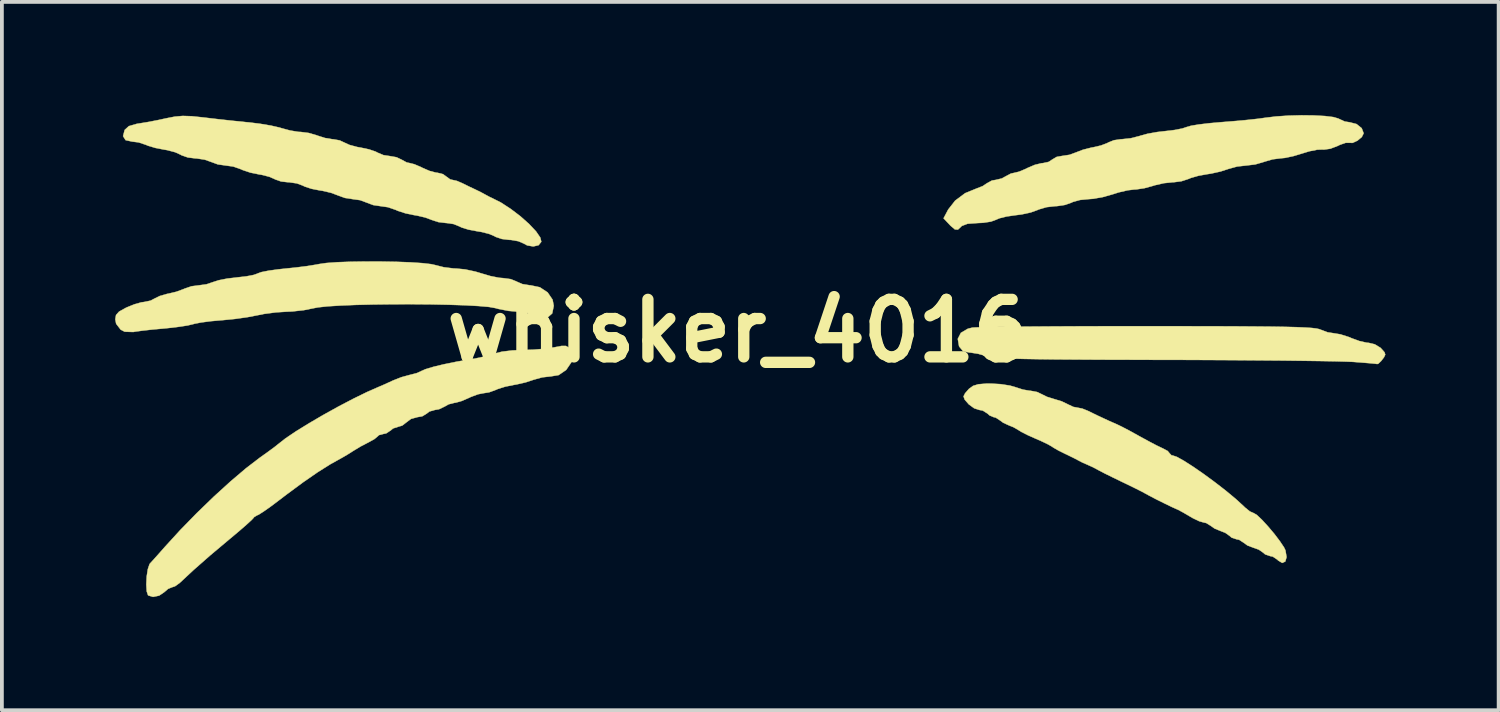
<source format=kicad_pcb>
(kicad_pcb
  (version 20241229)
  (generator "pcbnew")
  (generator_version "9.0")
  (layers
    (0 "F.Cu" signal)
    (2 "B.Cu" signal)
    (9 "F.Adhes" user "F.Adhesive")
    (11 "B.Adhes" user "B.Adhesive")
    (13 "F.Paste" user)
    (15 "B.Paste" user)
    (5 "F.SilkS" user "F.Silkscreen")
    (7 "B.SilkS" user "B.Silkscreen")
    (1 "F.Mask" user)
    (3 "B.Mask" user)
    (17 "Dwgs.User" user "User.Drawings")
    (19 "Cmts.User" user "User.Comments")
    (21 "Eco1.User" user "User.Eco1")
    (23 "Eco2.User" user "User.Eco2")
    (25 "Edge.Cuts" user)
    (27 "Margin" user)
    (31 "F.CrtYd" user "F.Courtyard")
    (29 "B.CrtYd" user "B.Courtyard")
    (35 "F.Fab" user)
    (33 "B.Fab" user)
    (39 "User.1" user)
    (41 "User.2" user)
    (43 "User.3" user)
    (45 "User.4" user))
  (footprint "whisker_4016"
    (layer "F.Cu")
    (at 16.515 5.718)
    (property "Reference" "whisker_4016" (at 0 0 0) (layer "F.SilkS") (effects (font (size 1.524 1.524) (thickness 0.3))))
    (attr through_hole)
    (fp_poly (pts (xy 11.734 -0.123) (xy 12.492 -0.122) (xy 13.139 -0.12) (xy 13.686 -0.116) (xy 14.139 -0.112) (xy 14.508 -0.106) (xy 14.802 -0.098) (xy 15.029 -0.088) (xy 15.197 -0.077) (xy 15.315 -0.063) (xy 15.391 -0.047) (xy 15.431 -0.032) (xy 15.617 0.038) (xy 15.78 0.063) (xy 15.956 0.092) (xy 16.171 0.16) (xy 16.247 0.192) (xy 16.456 0.269) (xy 16.651 0.313) (xy 16.707 0.318) (xy 16.867 0.356) (xy 17.022 0.45) (xy 17.126 0.567) (xy 17.145 0.63) (xy 17.111 0.702) (xy 17.037 0.798) (xy 16.963 0.869) (xy 16.934 0.879) (xy 16.87 0.87) (xy 16.707 0.855) (xy 16.472 0.836) (xy 16.288 0.822) (xy 16.116 0.815) (xy 15.83 0.807) (xy 15.442 0.8) (xy 14.963 0.793) (xy 14.406 0.786) (xy 13.783 0.781) (xy 13.107 0.776) (xy 12.389 0.772) (xy 11.643 0.769) (xy 11.239 0.769) (xy 10.358 0.766) (xy 9.595 0.764) (xy 8.941 0.76) (xy 8.389 0.756) (xy 7.928 0.75) (xy 7.551 0.743) (xy 7.249 0.735) (xy 7.013 0.724) (xy 6.834 0.712) (xy 6.704 0.698) (xy 6.614 0.681) (xy 6.572 0.669) (xy 6.358 0.608) (xy 6.155 0.576) (xy 6.122 0.574) (xy 5.957 0.539) (xy 5.857 0.419) (xy 5.85 0.405) (xy 5.817 0.212) (xy 5.899 0.052) (xy 6.083 -0.056) (xy 6.203 -0.086) (xy 6.306 -0.092) (xy 6.525 -0.099) (xy 6.85 -0.104) (xy 7.268 -0.11) (xy 7.77 -0.114) (xy 8.344 -0.118) (xy 8.979 -0.121) (xy 9.664 -0.123) (xy 10.389 -0.124) (xy 10.858 -0.124) (xy 11.734 -0.123)) (stroke (width 0.01) (type solid)) (fill yes) (layer "F.SilkS"))
    (fp_poly (pts (xy -9.467 -1.837) (xy -9.061 -1.83) (xy -8.687 -1.816) (xy -8.372 -1.795) (xy -8.139 -1.768) (xy -8.033 -1.744) (xy -7.803 -1.686) (xy -7.543 -1.654) (xy -7.476 -1.652) (xy -7.239 -1.629) (xy -6.964 -1.57) (xy -6.811 -1.524) (xy -6.571 -1.453) (xy -6.339 -1.407) (xy -6.221 -1.397) (xy -6.031 -1.371) (xy -5.877 -1.309) (xy -5.87 -1.304) (xy -5.723 -1.24) (xy -5.531 -1.209) (xy -5.513 -1.209) (xy -5.26 -1.156) (xy -5.053 -1.02) (xy -4.921 -0.826) (xy -4.89 -0.663) (xy -4.931 -0.462) (xy -5.049 -0.359) (xy -5.234 -0.36) (xy -5.364 -0.408) (xy -5.569 -0.473) (xy -5.806 -0.507) (xy -5.852 -0.509) (xy -6.087 -0.529) (xy -6.35 -0.58) (xy -6.439 -0.604) (xy -6.606 -0.634) (xy -6.88 -0.658) (xy -7.242 -0.678) (xy -7.67 -0.692) (xy -8.146 -0.702) (xy -8.649 -0.706) (xy -9.16 -0.705) (xy -9.659 -0.699) (xy -10.126 -0.688) (xy -10.54 -0.671) (xy -10.883 -0.65) (xy -11.134 -0.623) (xy -11.239 -0.603) (xy -11.514 -0.548) (xy -11.822 -0.514) (xy -11.97 -0.508) (xy -12.254 -0.49) (xy -12.571 -0.448) (xy -12.75 -0.412) (xy -13.012 -0.362) (xy -13.337 -0.316) (xy -13.66 -0.284) (xy -13.702 -0.281) (xy -13.98 -0.256) (xy -14.232 -0.223) (xy -14.412 -0.188) (xy -14.446 -0.178) (xy -14.594 -0.143) (xy -14.828 -0.107) (xy -15.108 -0.074) (xy -15.24 -0.061) (xy -15.528 -0.035) (xy -15.787 -0.006) (xy -15.979 0.02) (xy -16.034 0.03) (xy -16.26 0.023) (xy -16.367 -0.032) (xy -16.487 -0.188) (xy -16.51 -0.306) (xy -16.49 -0.42) (xy -16.41 -0.51) (xy -16.242 -0.604) (xy -16.208 -0.621) (xy -16.003 -0.704) (xy -15.818 -0.756) (xy -15.748 -0.765) (xy -15.574 -0.801) (xy -15.472 -0.855) (xy -15.334 -0.923) (xy -15.141 -0.979) (xy -15.102 -0.986) (xy -14.889 -1.037) (xy -14.7 -1.107) (xy -14.679 -1.117) (xy -14.489 -1.182) (xy -14.3 -1.206) (xy -14.093 -1.234) (xy -13.919 -1.293) (xy -13.77 -1.341) (xy -13.543 -1.386) (xy -13.286 -1.416) (xy -13.282 -1.417) (xy -13.042 -1.444) (xy -12.848 -1.481) (xy -12.738 -1.519) (xy -12.734 -1.523) (xy -12.638 -1.557) (xy -12.447 -1.595) (xy -12.194 -1.63) (xy -12.025 -1.648) (xy -11.717 -1.68) (xy -11.423 -1.717) (xy -11.189 -1.755) (xy -11.113 -1.77) (xy -10.919 -1.798) (xy -10.632 -1.819) (xy -10.278 -1.832) (xy -9.881 -1.838) (xy -9.467 -1.837)) (stroke (width 0.01) (type solid)) (fill yes) (layer "F.SilkS"))
    (fp_poly (pts (xy 6.952 1.412) (xy 7.198 1.45) (xy 7.344 1.492) (xy 7.542 1.556) (xy 7.723 1.587) (xy 7.741 1.587) (xy 7.92 1.621) (xy 8.034 1.675) (xy 8.184 1.749) (xy 8.374 1.808) (xy 8.382 1.81) (xy 8.572 1.868) (xy 8.725 1.942) (xy 8.73 1.945) (xy 8.879 2.015) (xy 8.974 2.032) (xy 9.117 2.06) (xy 9.261 2.118) (xy 9.531 2.249) (xy 9.83 2.388) (xy 10.033 2.477) (xy 10.164 2.54) (xy 10.365 2.645) (xy 10.597 2.773) (xy 10.636 2.795) (xy 10.872 2.924) (xy 11.087 3.037) (xy 11.24 3.11) (xy 11.255 3.117) (xy 11.38 3.184) (xy 11.43 3.245) (xy 11.48 3.298) (xy 11.511 3.302) (xy 11.624 3.34) (xy 11.814 3.446) (xy 12.059 3.603) (xy 12.339 3.797) (xy 12.633 4.013) (xy 12.921 4.236) (xy 13.181 4.452) (xy 13.392 4.645) (xy 13.431 4.683) (xy 13.557 4.785) (xy 13.66 4.83) (xy 13.743 4.879) (xy 13.876 5.005) (xy 14.038 5.181) (xy 14.205 5.379) (xy 14.353 5.574) (xy 14.462 5.737) (xy 14.5 5.816) (xy 14.53 5.995) (xy 14.496 6.113) (xy 14.415 6.15) (xy 14.306 6.085) (xy 14.287 6.064) (xy 14.166 5.983) (xy 14.097 5.969) (xy 13.962 5.923) (xy 13.91 5.878) (xy 13.794 5.797) (xy 13.652 5.747) (xy 13.493 5.687) (xy 13.395 5.616) (xy 13.274 5.537) (xy 13.208 5.524) (xy 13.073 5.479) (xy 13.023 5.435) (xy 12.906 5.352) (xy 12.785 5.305) (xy 12.623 5.239) (xy 12.529 5.172) (xy 12.402 5.093) (xy 12.33 5.077) (xy 12.214 5.044) (xy 12.045 4.963) (xy 11.97 4.919) (xy 11.796 4.817) (xy 11.657 4.742) (xy 11.62 4.726) (xy 11.491 4.668) (xy 11.297 4.574) (xy 11.085 4.469) (xy 10.901 4.373) (xy 10.795 4.315) (xy 10.698 4.262) (xy 10.517 4.171) (xy 10.284 4.057) (xy 10.16 3.998) (xy 9.913 3.878) (xy 9.702 3.774) (xy 9.56 3.7) (xy 9.525 3.68) (xy 9.392 3.61) (xy 9.271 3.556) (xy 9.113 3.486) (xy 9.017 3.436) (xy 8.901 3.375) (xy 8.728 3.29) (xy 8.668 3.262) (xy 8.487 3.172) (xy 8.346 3.091) (xy 8.319 3.071) (xy 8.21 3.008) (xy 8.028 2.921) (xy 7.874 2.854) (xy 7.668 2.762) (xy 7.501 2.677) (xy 7.429 2.632) (xy 7.293 2.553) (xy 7.178 2.507) (xy 7.022 2.436) (xy 6.936 2.373) (xy 6.822 2.299) (xy 6.766 2.286) (xy 6.659 2.241) (xy 6.604 2.191) (xy 6.479 2.113) (xy 6.385 2.095) (xy 6.252 2.052) (xy 6.108 1.947) (xy 6 1.822) (xy 5.969 1.737) (xy 6.011 1.653) (xy 6.113 1.537) (xy 6.116 1.535) (xy 6.223 1.457) (xy 6.361 1.415) (xy 6.568 1.398) (xy 6.69 1.397) (xy 6.952 1.412)) (stroke (width 0.01) (type solid)) (fill yes) (layer "F.SilkS"))
    (fp_poly (pts (xy -4.567 0.4) (xy -4.489 0.444) (xy -4.434 0.506) (xy -4.359 0.636) (xy -4.378 0.758) (xy -4.39 0.784) (xy -4.561 1.035) (xy -4.761 1.172) (xy -4.966 1.206) (xy -5.197 1.232) (xy -5.42 1.294) (xy -5.429 1.297) (xy -5.632 1.364) (xy -5.875 1.42) (xy -5.951 1.433) (xy -6.174 1.478) (xy -6.372 1.54) (xy -6.426 1.564) (xy -6.604 1.629) (xy -6.746 1.651) (xy -6.896 1.68) (xy -7.087 1.751) (xy -7.144 1.778) (xy -7.329 1.858) (xy -7.487 1.903) (xy -7.522 1.907) (xy -7.676 1.946) (xy -7.775 2.002) (xy -7.931 2.077) (xy -8.037 2.095) (xy -8.186 2.137) (xy -8.255 2.191) (xy -8.375 2.264) (xy -8.503 2.286) (xy -8.673 2.333) (xy -8.78 2.413) (xy -8.906 2.51) (xy -9.009 2.54) (xy -9.149 2.586) (xy -9.207 2.635) (xy -9.331 2.717) (xy -9.402 2.731) (xy -9.521 2.762) (xy -9.557 2.795) (xy -9.638 2.864) (xy -9.782 2.945) (xy -9.799 2.954) (xy -10.003 3.06) (xy -10.192 3.174) (xy -10.36 3.28) (xy -10.504 3.364) (xy -10.509 3.366) (xy -10.819 3.539) (xy -11.153 3.75) (xy -11.533 4.013) (xy -11.978 4.342) (xy -12.172 4.49) (xy -12.394 4.657) (xy -12.582 4.789) (xy -12.711 4.871) (xy -12.754 4.889) (xy -12.833 4.937) (xy -12.838 4.947) (xy -12.892 5.007) (xy -13.026 5.13) (xy -13.22 5.299) (xy -13.453 5.495) (xy -13.481 5.518) (xy -13.994 5.949) (xy -14.433 6.335) (xy -14.807 6.683) (xy -14.928 6.769) (xy -15.008 6.795) (xy -15.112 6.838) (xy -15.208 6.921) (xy -15.347 7.016) (xy -15.509 7.05) (xy -15.635 7.012) (xy -15.642 7.006) (xy -15.677 6.903) (xy -15.688 6.723) (xy -15.678 6.512) (xy -15.648 6.317) (xy -15.603 6.183) (xy -15.59 6.165) (xy -15.501 6.068) (xy -15.359 5.909) (xy -15.195 5.723) (xy -15.193 5.721) (xy -14.789 5.279) (xy -14.35 4.829) (xy -13.897 4.391) (xy -13.454 3.988) (xy -13.043 3.639) (xy -12.687 3.366) (xy -12.658 3.345) (xy -12.457 3.202) (xy -12.289 3.078) (xy -12.19 2.999) (xy -12.187 2.997) (xy -12.003 2.852) (xy -11.728 2.666) (xy -11.386 2.455) (xy -11.002 2.23) (xy -10.6 2.007) (xy -10.203 1.799) (xy -9.837 1.62) (xy -9.557 1.497) (xy -9.364 1.414) (xy -9.156 1.318) (xy -9.144 1.313) (xy -8.928 1.228) (xy -8.709 1.168) (xy -8.7 1.166) (xy -8.528 1.122) (xy -8.407 1.07) (xy -8.401 1.065) (xy -8.288 1.015) (xy -8.077 0.952) (xy -7.795 0.884) (xy -7.47 0.818) (xy -7.128 0.759) (xy -7.112 0.757) (xy -6.851 0.708) (xy -6.603 0.647) (xy -6.46 0.601) (xy -6.261 0.551) (xy -5.986 0.518) (xy -5.717 0.508) (xy -5.42 0.498) (xy -5.121 0.473) (xy -4.885 0.438) (xy -4.881 0.437) (xy -4.683 0.399) (xy -4.567 0.4)) (stroke (width 0.01) (type solid)) (fill yes) (layer "F.SilkS"))
    (fp_poly (pts (xy 15.254 -5.709) (xy 15.548 -5.693) (xy 15.773 -5.665) (xy 15.904 -5.626) (xy 15.91 -5.622) (xy 16.071 -5.548) (xy 16.204 -5.527) (xy 16.384 -5.481) (xy 16.521 -5.371) (xy 16.573 -5.236) (xy 16.524 -5.137) (xy 16.409 -5.041) (xy 16.279 -4.981) (xy 16.193 -4.984) (xy 16.099 -4.984) (xy 15.945 -4.931) (xy 15.884 -4.901) (xy 15.69 -4.827) (xy 15.517 -4.803) (xy 15.486 -4.806) (xy 15.343 -4.801) (xy 15.133 -4.759) (xy 14.953 -4.704) (xy 14.715 -4.632) (xy 14.49 -4.584) (xy 14.367 -4.572) (xy 14.161 -4.546) (xy 13.944 -4.483) (xy 13.928 -4.477) (xy 13.702 -4.411) (xy 13.463 -4.382) (xy 13.452 -4.381) (xy 13.219 -4.355) (xy 12.991 -4.292) (xy 12.98 -4.288) (xy 12.779 -4.223) (xy 12.531 -4.168) (xy 12.426 -4.152) (xy 12.198 -4.111) (xy 11.995 -4.053) (xy 11.925 -4.024) (xy 11.744 -3.965) (xy 11.529 -3.937) (xy 11.505 -3.937) (xy 11.279 -3.914) (xy 11.035 -3.858) (xy 10.986 -3.842) (xy 10.763 -3.781) (xy 10.545 -3.748) (xy 10.5 -3.747) (xy 10.318 -3.725) (xy 10.082 -3.67) (xy 9.922 -3.619) (xy 9.667 -3.547) (xy 9.405 -3.5) (xy 9.273 -3.49) (xy 9.057 -3.469) (xy 8.869 -3.417) (xy 8.826 -3.397) (xy 8.66 -3.338) (xy 8.446 -3.306) (xy 8.395 -3.304) (xy 8.168 -3.278) (xy 7.958 -3.216) (xy 7.924 -3.2) (xy 7.75 -3.138) (xy 7.512 -3.086) (xy 7.34 -3.064) (xy 7.11 -3.031) (xy 6.918 -2.983) (xy 6.828 -2.944) (xy 6.695 -2.895) (xy 6.489 -2.864) (xy 6.344 -2.857) (xy 6.075 -2.838) (xy 5.923 -2.78) (xy 5.905 -2.762) (xy 5.821 -2.683) (xy 5.739 -2.689) (xy 5.626 -2.786) (xy 5.589 -2.825) (xy 5.44 -2.983) (xy 5.562 -3.214) (xy 5.747 -3.451) (xy 6.012 -3.649) (xy 6.31 -3.771) (xy 6.477 -3.836) (xy 6.584 -3.908) (xy 6.722 -3.984) (xy 6.819 -4) (xy 6.984 -4.039) (xy 7.084 -4.094) (xy 7.226 -4.169) (xy 7.319 -4.189) (xy 7.443 -4.219) (xy 7.616 -4.292) (xy 7.667 -4.318) (xy 7.86 -4.4) (xy 8.039 -4.443) (xy 8.072 -4.445) (xy 8.228 -4.479) (xy 8.319 -4.54) (xy 8.437 -4.61) (xy 8.583 -4.636) (xy 8.78 -4.666) (xy 8.95 -4.729) (xy 9.132 -4.799) (xy 9.355 -4.856) (xy 9.407 -4.865) (xy 9.61 -4.912) (xy 9.776 -4.975) (xy 9.809 -4.994) (xy 9.956 -5.052) (xy 10.15 -5.08) (xy 10.173 -5.08) (xy 10.4 -5.104) (xy 10.632 -5.163) (xy 10.651 -5.17) (xy 10.844 -5.223) (xy 11.101 -5.269) (xy 11.319 -5.294) (xy 11.56 -5.323) (xy 11.766 -5.363) (xy 11.883 -5.402) (xy 11.997 -5.435) (xy 12.208 -5.47) (xy 12.487 -5.503) (xy 12.804 -5.531) (xy 12.82 -5.532) (xy 13.165 -5.56) (xy 13.5 -5.591) (xy 13.785 -5.622) (xy 13.97 -5.648) (xy 14.252 -5.682) (xy 14.578 -5.704) (xy 14.922 -5.713) (xy 15.254 -5.709)) (stroke (width 0.01) (type solid)) (fill yes) (layer "F.SilkS"))
    (fp_poly (pts (xy -14.481 -5.688) (xy -14.167 -5.655) (xy -14.154 -5.653) (xy -13.796 -5.611) (xy -13.396 -5.567) (xy -13.032 -5.53) (xy -12.979 -5.526) (xy -12.678 -5.489) (xy -12.386 -5.44) (xy -12.154 -5.387) (xy -12.104 -5.371) (xy -11.878 -5.31) (xy -11.661 -5.274) (xy -11.594 -5.271) (xy -11.387 -5.245) (xy -11.17 -5.182) (xy -11.154 -5.175) (xy -10.953 -5.111) (xy -10.765 -5.08) (xy -10.748 -5.08) (xy -10.565 -5.048) (xy -10.442 -4.991) (xy -10.304 -4.928) (xy -10.101 -4.873) (xy -9.999 -4.855) (xy -9.787 -4.81) (xy -9.612 -4.751) (xy -9.558 -4.722) (xy -9.402 -4.657) (xy -9.241 -4.633) (xy -9.058 -4.601) (xy -8.925 -4.538) (xy -8.789 -4.464) (xy -8.702 -4.445) (xy -8.586 -4.416) (xy -8.418 -4.345) (xy -8.365 -4.318) (xy -8.178 -4.237) (xy -8.009 -4.193) (xy -7.977 -4.191) (xy -7.825 -4.153) (xy -7.747 -4.096) (xy -7.636 -4.015) (xy -7.574 -4) (xy -7.452 -3.972) (xy -7.312 -3.912) (xy -7.126 -3.82) (xy -6.985 -3.754) (xy -6.828 -3.678) (xy -6.731 -3.625) (xy -6.59 -3.549) (xy -6.54 -3.526) (xy -6.294 -3.403) (xy -6.032 -3.233) (xy -5.774 -3.037) (xy -5.544 -2.832) (xy -5.36 -2.637) (xy -5.246 -2.471) (xy -5.22 -2.361) (xy -5.292 -2.27) (xy -5.433 -2.237) (xy -5.595 -2.265) (xy -5.683 -2.313) (xy -5.829 -2.376) (xy -6.026 -2.41) (xy -6.066 -2.411) (xy -6.266 -2.435) (xy -6.431 -2.491) (xy -6.453 -2.505) (xy -6.59 -2.565) (xy -6.796 -2.619) (xy -6.927 -2.641) (xy -7.146 -2.682) (xy -7.328 -2.738) (xy -7.396 -2.771) (xy -7.546 -2.831) (xy -7.737 -2.858) (xy -7.745 -2.858) (xy -7.951 -2.883) (xy -8.131 -2.942) (xy -8.131 -2.943) (xy -8.295 -3.004) (xy -8.513 -3.055) (xy -8.593 -3.068) (xy -8.819 -3.115) (xy -9.026 -3.182) (xy -9.078 -3.206) (xy -9.283 -3.277) (xy -9.474 -3.304) (xy -9.676 -3.334) (xy -9.842 -3.397) (xy -10.023 -3.464) (xy -10.211 -3.49) (xy -10.425 -3.523) (xy -10.607 -3.589) (xy -10.787 -3.657) (xy -11.016 -3.711) (xy -11.096 -3.723) (xy -11.309 -3.765) (xy -11.49 -3.824) (xy -11.539 -3.849) (xy -11.697 -3.908) (xy -11.898 -3.937) (xy -11.922 -3.937) (xy -12.116 -3.959) (xy -12.274 -4.014) (xy -12.289 -4.023) (xy -12.429 -4.084) (xy -12.629 -4.135) (xy -12.703 -4.147) (xy -12.928 -4.193) (xy -13.134 -4.262) (xy -13.179 -4.283) (xy -13.381 -4.354) (xy -13.589 -4.383) (xy -13.793 -4.412) (xy -13.97 -4.477) (xy -14.14 -4.537) (xy -14.351 -4.569) (xy -14.384 -4.57) (xy -14.586 -4.595) (xy -14.755 -4.654) (xy -14.777 -4.668) (xy -14.923 -4.734) (xy -15.13 -4.789) (xy -15.22 -4.804) (xy -15.443 -4.847) (xy -15.642 -4.906) (xy -15.697 -4.93) (xy -15.894 -4.995) (xy -16.064 -5.016) (xy -16.237 -5.054) (xy -16.304 -5.161) (xy -16.261 -5.325) (xy -16.261 -5.325) (xy -16.151 -5.425) (xy -15.942 -5.486) (xy -15.891 -5.494) (xy -15.662 -5.531) (xy -15.38 -5.585) (xy -15.17 -5.631) (xy -14.934 -5.677) (xy -14.721 -5.696) (xy -14.481 -5.688)) (stroke (width 0.01) (type solid)) (fill yes) (layer "F.SilkS")))
  (gr_rect
    (start -3 -3)
    (end 36.665 15.772)
    (stroke (width 0.1) (type default))
    (fill no)
    (layer "Edge.Cuts")))
</source>
